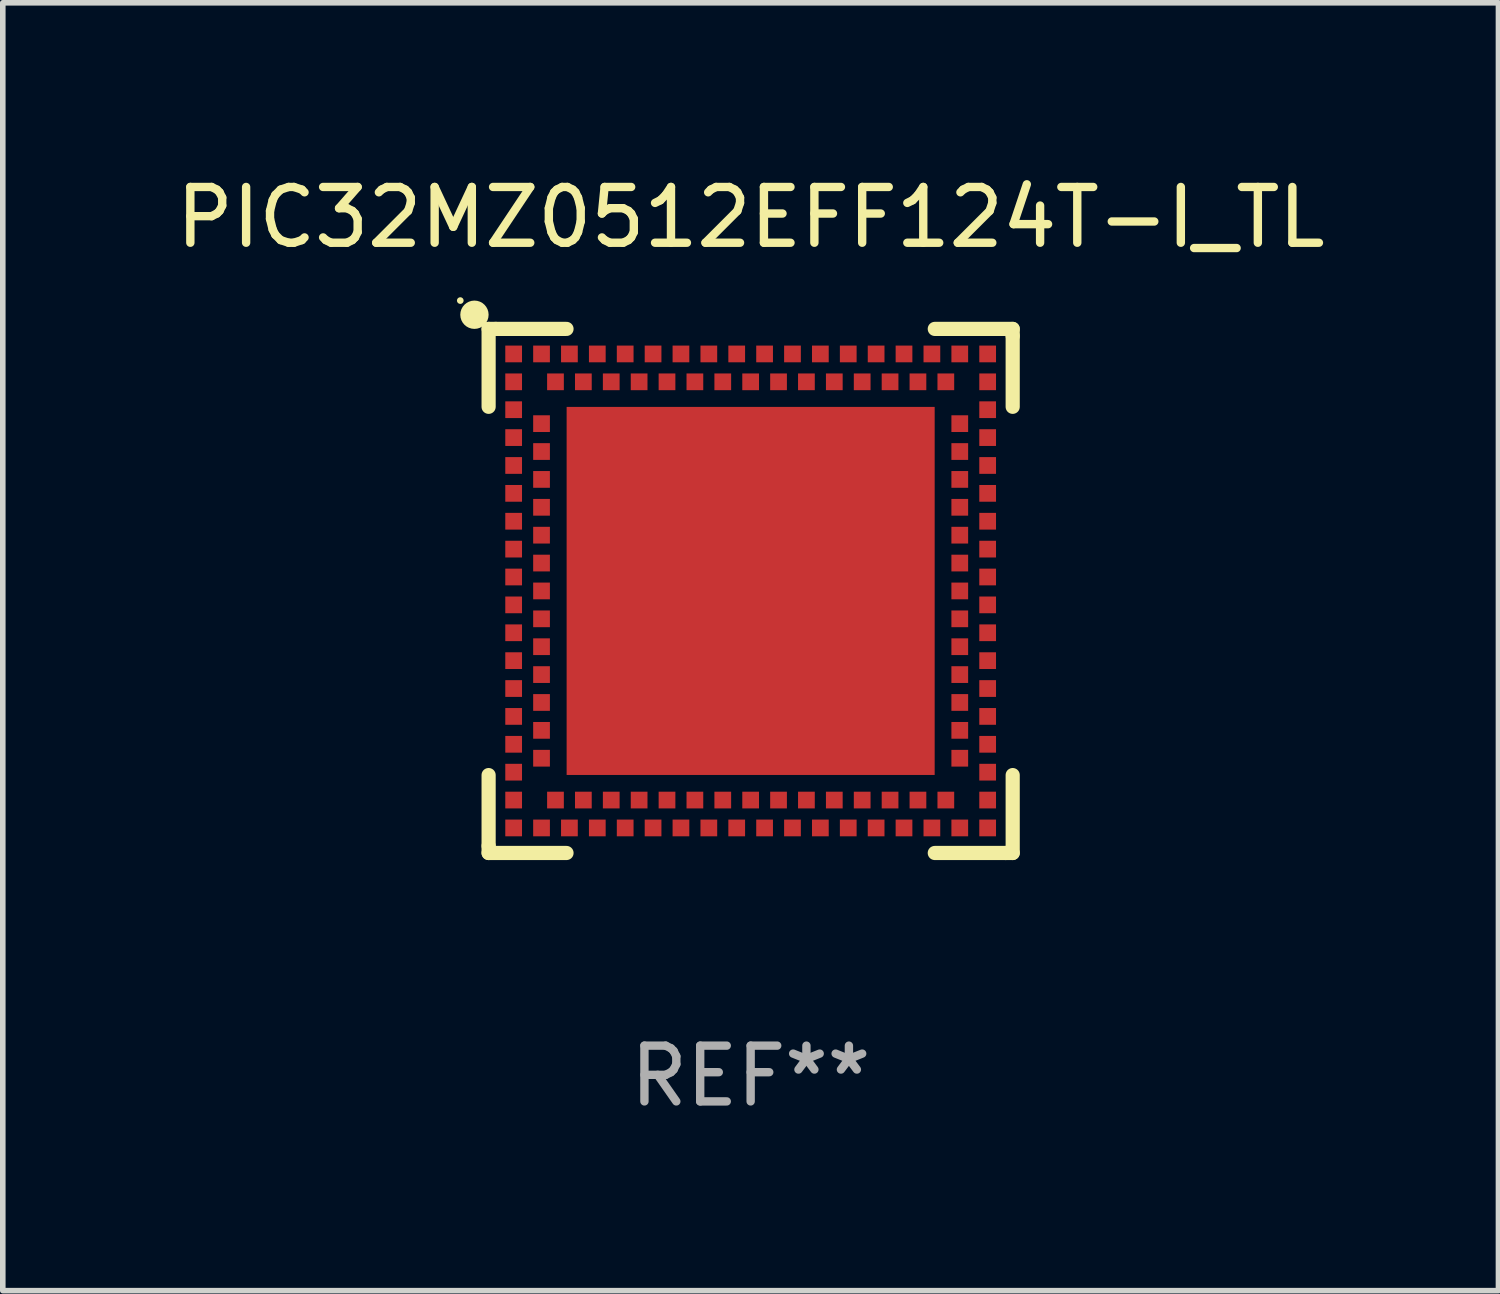
<source format=kicad_pcb>
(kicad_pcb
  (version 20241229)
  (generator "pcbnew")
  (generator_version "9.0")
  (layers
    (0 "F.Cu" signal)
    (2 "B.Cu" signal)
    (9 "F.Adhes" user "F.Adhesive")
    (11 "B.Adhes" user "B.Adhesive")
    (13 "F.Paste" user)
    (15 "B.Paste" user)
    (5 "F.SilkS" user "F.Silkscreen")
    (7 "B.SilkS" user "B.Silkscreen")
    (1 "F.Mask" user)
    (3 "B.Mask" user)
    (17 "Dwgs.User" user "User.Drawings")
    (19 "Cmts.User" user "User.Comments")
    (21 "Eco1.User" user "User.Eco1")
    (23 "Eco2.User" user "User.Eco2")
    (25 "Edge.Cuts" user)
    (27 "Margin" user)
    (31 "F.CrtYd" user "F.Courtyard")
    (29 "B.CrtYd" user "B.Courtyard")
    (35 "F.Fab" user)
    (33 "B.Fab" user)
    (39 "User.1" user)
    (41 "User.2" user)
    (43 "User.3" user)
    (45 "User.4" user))
  (footprint "PIC32MZ0512EFF124T-I_TL"
    (layer "F.Cu")
    (at 10.411 7.547)
    (property "Reference" "PIC32MZ0512EFF124T-I_TL" (at 0 -6.699 0) (layer "F.SilkS") (effects (font (size 1 1) (thickness 0.15))))
    (attr through_hole)
    (fp_line (start -4.699 -4.699) (end -4.699 -3.302) (stroke (width 0.254) (type solid)) (layer "F.SilkS"))
    (fp_line (start -4.699 3.302) (end -4.699 4.572) (stroke (width 0.254) (type solid)) (layer "F.SilkS"))
    (fp_line (start -4.699 4.572) (end -4.699 4.699) (stroke (width 0.254) (type solid)) (layer "F.SilkS"))
    (fp_line (start -4.699 4.699) (end -3.302 4.699) (stroke (width 0.254) (type solid)) (layer "F.SilkS"))
    (fp_line (start -4.572 -4.699) (end -4.699 -4.699) (stroke (width 0.254) (type solid)) (layer "F.SilkS"))
    (fp_line (start -3.302 -4.699) (end -4.572 -4.699) (stroke (width 0.254) (type solid)) (layer "F.SilkS"))
    (fp_line (start 3.302 4.699) (end 4.572 4.699) (stroke (width 0.254) (type solid)) (layer "F.SilkS"))
    (fp_line (start 4.572 4.699) (end 4.699 4.699) (stroke (width 0.254) (type solid)) (layer "F.SilkS"))
    (fp_line (start 4.699 -4.699) (end 3.302 -4.699) (stroke (width 0.254) (type solid)) (layer "F.SilkS"))
    (fp_line (start 4.699 -4.572) (end 4.699 -4.699) (stroke (width 0.254) (type solid)) (layer "F.SilkS"))
    (fp_line (start 4.699 -3.302) (end 4.699 -4.572) (stroke (width 0.254) (type solid)) (layer "F.SilkS"))
    (fp_line (start 4.699 4.699) (end 4.699 3.302) (stroke (width 0.254) (type solid)) (layer "F.SilkS"))
    (fp_circle (center -5.207 -5.207) (end -5.177 -5.207) (stroke (width 0.06) (type solid)) (fill no) (layer "F.SilkS"))
    (fp_circle (center -4.953 -4.953) (end -4.826 -4.953) (stroke (width 0.254) (type solid)) (fill no) (layer "F.SilkS"))
    (fp_text user "REF**" (at 0 8.699 0) (layer "F.Fab") (effects (font (size 1 1) (thickness 0.15))))
    (pad "125" smd rect (at 0.000025 -0.000102 90) (size 6.6 6.6) (layers "F.Cu" "F.Mask" "F.Paste"))
    (pad "A1" smd rect (at -4.25 -3.75 90) (size 0.3 0.3) (layers "F.Cu" "F.Mask" "F.Paste"))
    (pad "A2" smd rect (at -4.25 -3.25 90) (size 0.3 0.3) (layers "F.Cu" "F.Mask" "F.Paste"))
    (pad "A3" smd rect (at -4.25 -2.75 90) (size 0.3 0.3) (layers "F.Cu" "F.Mask" "F.Paste"))
    (pad "A4" smd rect (at -4.25 -2.25 90) (size 0.3 0.3) (layers "F.Cu" "F.Mask" "F.Paste"))
    (pad "A5" smd rect (at -4.25 -1.75 90) (size 0.3 0.3) (layers "F.Cu" "F.Mask" "F.Paste"))
    (pad "A6" smd rect (at -4.25 -1.25 90) (size 0.3 0.3) (layers "F.Cu" "F.Mask" "F.Paste"))
    (pad "A7" smd rect (at -4.25 -0.75 90) (size 0.3 0.3) (layers "F.Cu" "F.Mask" "F.Paste"))
    (pad "A8" smd rect (at -4.25 -0.25 90) (size 0.3 0.3) (layers "F.Cu" "F.Mask" "F.Paste"))
    (pad "A9" smd rect (at -4.25 0.25 90) (size 0.3 0.3) (layers "F.Cu" "F.Mask" "F.Paste"))
    (pad "A10" smd rect (at -4.25 0.75 90) (size 0.3 0.3) (layers "F.Cu" "F.Mask" "F.Paste"))
    (pad "A11" smd rect (at -4.25 1.25 90) (size 0.3 0.3) (layers "F.Cu" "F.Mask" "F.Paste"))
    (pad "A12" smd rect (at -4.25 1.75 90) (size 0.3 0.3) (layers "F.Cu" "F.Mask" "F.Paste"))
    (pad "A13" smd rect (at -4.25 2.25 90) (size 0.3 0.3) (layers "F.Cu" "F.Mask" "F.Paste"))
    (pad "A14" smd rect (at -4.25 2.75 90) (size 0.3 0.3) (layers "F.Cu" "F.Mask" "F.Paste"))
    (pad "A15" smd rect (at -4.25 3.25 90) (size 0.3 0.3) (layers "F.Cu" "F.Mask" "F.Paste"))
    (pad "A16" smd rect (at -4.25 3.75 90) (size 0.3 0.3) (layers "F.Cu" "F.Mask" "F.Paste"))
    (pad "A17" smd rect (at -4.25 4.25 90) (size 0.3 0.3) (layers "F.Cu" "F.Mask" "F.Paste"))
    (pad "A18" smd rect (at -3.75 4.25 90) (size 0.3 0.3) (layers "F.Cu" "F.Mask" "F.Paste"))
    (pad "A19" smd rect (at -3.25 4.25 90) (size 0.3 0.3) (layers "F.Cu" "F.Mask" "F.Paste"))
    (pad "A20" smd rect (at -2.75 4.25 90) (size 0.3 0.3) (layers "F.Cu" "F.Mask" "F.Paste"))
    (pad "A21" smd rect (at -2.25 4.25 90) (size 0.3 0.3) (layers "F.Cu" "F.Mask" "F.Paste"))
    (pad "A22" smd rect (at -1.75 4.25 90) (size 0.3 0.3) (layers "F.Cu" "F.Mask" "F.Paste"))
    (pad "A23" smd rect (at -1.25 4.25 90) (size 0.3 0.3) (layers "F.Cu" "F.Mask" "F.Paste"))
    (pad "A24" smd rect (at -0.75 4.25 90) (size 0.3 0.3) (layers "F.Cu" "F.Mask" "F.Paste"))
    (pad "A25" smd rect (at -0.25 4.25 90) (size 0.3 0.3) (layers "F.Cu" "F.Mask" "F.Paste"))
    (pad "A26" smd rect (at 0.25 4.25 90) (size 0.3 0.3) (layers "F.Cu" "F.Mask" "F.Paste"))
    (pad "A27" smd rect (at 0.75 4.25 90) (size 0.3 0.3) (layers "F.Cu" "F.Mask" "F.Paste"))
    (pad "A28" smd rect (at 1.25 4.25 90) (size 0.3 0.3) (layers "F.Cu" "F.Mask" "F.Paste"))
    (pad "A29" smd rect (at 1.75 4.25 90) (size 0.3 0.3) (layers "F.Cu" "F.Mask" "F.Paste"))
    (pad "A30" smd rect (at 2.25 4.25 90) (size 0.3 0.3) (layers "F.Cu" "F.Mask" "F.Paste"))
    (pad "A31" smd rect (at 2.75 4.25 90) (size 0.3 0.3) (layers "F.Cu" "F.Mask" "F.Paste"))
    (pad "A32" smd rect (at 3.25 4.25 90) (size 0.3 0.3) (layers "F.Cu" "F.Mask" "F.Paste"))
    (pad "A33" smd rect (at 3.75 4.25 90) (size 0.3 0.3) (layers "F.Cu" "F.Mask" "F.Paste"))
    (pad "A34" smd rect (at 4.25 4.25 90) (size 0.3 0.3) (layers "F.Cu" "F.Mask" "F.Paste"))
    (pad "A35" smd rect (at 4.25 3.75 90) (size 0.3 0.3) (layers "F.Cu" "F.Mask" "F.Paste"))
    (pad "A36" smd rect (at 4.25 3.25 90) (size 0.3 0.3) (layers "F.Cu" "F.Mask" "F.Paste"))
    (pad "A37" smd rect (at 4.25 2.75 90) (size 0.3 0.3) (layers "F.Cu" "F.Mask" "F.Paste"))
    (pad "A38" smd rect (at 4.25 2.25 90) (size 0.3 0.3) (layers "F.Cu" "F.Mask" "F.Paste"))
    (pad "A39" smd rect (at 4.25 1.75 90) (size 0.3 0.3) (layers "F.Cu" "F.Mask" "F.Paste"))
    (pad "A40" smd rect (at 4.25 1.25 90) (size 0.3 0.3) (layers "F.Cu" "F.Mask" "F.Paste"))
    (pad "A41" smd rect (at 4.25 0.75 90) (size 0.3 0.3) (layers "F.Cu" "F.Mask" "F.Paste"))
    (pad "A42" smd rect (at 4.25 0.25 90) (size 0.3 0.3) (layers "F.Cu" "F.Mask" "F.Paste"))
    (pad "A43" smd rect (at 4.25 -0.25 90) (size 0.3 0.3) (layers "F.Cu" "F.Mask" "F.Paste"))
    (pad "A44" smd rect (at 4.25 -0.75 90) (size 0.3 0.3) (layers "F.Cu" "F.Mask" "F.Paste"))
    (pad "A45" smd rect (at 4.25 -1.25 90) (size 0.3 0.3) (layers "F.Cu" "F.Mask" "F.Paste"))
    (pad "A46" smd rect (at 4.25 -1.75 90) (size 0.3 0.3) (layers "F.Cu" "F.Mask" "F.Paste"))
    (pad "A47" smd rect (at 4.25 -2.25 90) (size 0.3 0.3) (layers "F.Cu" "F.Mask" "F.Paste"))
    (pad "A48" smd rect (at 4.25 -2.75 90) (size 0.3 0.3) (layers "F.Cu" "F.Mask" "F.Paste"))
    (pad "A49" smd rect (at 4.25 -3.25 90) (size 0.3 0.3) (layers "F.Cu" "F.Mask" "F.Paste"))
    (pad "A50" smd rect (at 4.25 -3.75 90) (size 0.3 0.3) (layers "F.Cu" "F.Mask" "F.Paste"))
    (pad "A51" smd rect (at 4.25 -4.25 90) (size 0.3 0.3) (layers "F.Cu" "F.Mask" "F.Paste"))
    (pad "A52" smd rect (at 3.75 -4.25 90) (size 0.3 0.3) (layers "F.Cu" "F.Mask" "F.Paste"))
    (pad "A53" smd rect (at 3.25 -4.25 90) (size 0.3 0.3) (layers "F.Cu" "F.Mask" "F.Paste"))
    (pad "A54" smd rect (at 2.75 -4.25 90) (size 0.3 0.3) (layers "F.Cu" "F.Mask" "F.Paste"))
    (pad "A55" smd rect (at 2.25 -4.25 90) (size 0.3 0.3) (layers "F.Cu" "F.Mask" "F.Paste"))
    (pad "A56" smd rect (at 1.75 -4.25 90) (size 0.3 0.3) (layers "F.Cu" "F.Mask" "F.Paste"))
    (pad "A57" smd rect (at 1.25 -4.25 90) (size 0.3 0.3) (layers "F.Cu" "F.Mask" "F.Paste"))
    (pad "A58" smd rect (at 0.75 -4.25 90) (size 0.3 0.3) (layers "F.Cu" "F.Mask" "F.Paste"))
    (pad "A59" smd rect (at 0.25 -4.25 90) (size 0.3 0.3) (layers "F.Cu" "F.Mask" "F.Paste"))
    (pad "A60" smd rect (at -0.25 -4.25 90) (size 0.3 0.3) (layers "F.Cu" "F.Mask" "F.Paste"))
    (pad "A61" smd rect (at -0.75 -4.25 90) (size 0.3 0.3) (layers "F.Cu" "F.Mask" "F.Paste"))
    (pad "A62" smd rect (at -1.25 -4.25 90) (size 0.3 0.3) (layers "F.Cu" "F.Mask" "F.Paste"))
    (pad "A63" smd rect (at -1.75 -4.25 90) (size 0.3 0.3) (layers "F.Cu" "F.Mask" "F.Paste"))
    (pad "A64" smd rect (at -2.25 -4.25 90) (size 0.3 0.3) (layers "F.Cu" "F.Mask" "F.Paste"))
    (pad "A65" smd rect (at -2.75 -4.25 90) (size 0.3 0.3) (layers "F.Cu" "F.Mask" "F.Paste"))
    (pad "A66" smd rect (at -3.25 -4.25 90) (size 0.3 0.3) (layers "F.Cu" "F.Mask" "F.Paste"))
    (pad "A67" smd rect (at -3.75 -4.25 90) (size 0.3 0.3) (layers "F.Cu" "F.Mask" "F.Paste"))
    (pad "A68" smd rect (at -4.25 -4.25 90) (size 0.3 0.3) (layers "F.Cu" "F.Mask" "F.Paste"))
    (pad "B1" smd rect (at -3.75 -3 90) (size 0.3 0.3) (layers "F.Cu" "F.Mask" "F.Paste"))
    (pad "B2" smd rect (at -3.75 -2.5 90) (size 0.3 0.3) (layers "F.Cu" "F.Mask" "F.Paste"))
    (pad "B3" smd rect (at -3.75 -2 90) (size 0.3 0.3) (layers "F.Cu" "F.Mask" "F.Paste"))
    (pad "B4" smd rect (at -3.75 -1.5 90) (size 0.3 0.3) (layers "F.Cu" "F.Mask" "F.Paste"))
    (pad "B5" smd rect (at -3.75 -1 90) (size 0.3 0.3) (layers "F.Cu" "F.Mask" "F.Paste"))
    (pad "B6" smd rect (at -3.75 -0.5 90) (size 0.3 0.3) (layers "F.Cu" "F.Mask" "F.Paste"))
    (pad "B7" smd rect (at -3.75 -0.000102 90) (size 0.3 0.3) (layers "F.Cu" "F.Mask" "F.Paste"))
    (pad "B8" smd rect (at -3.75 0.5 90) (size 0.3 0.3) (layers "F.Cu" "F.Mask" "F.Paste"))
    (pad "B9" smd rect (at -3.75 1 90) (size 0.3 0.3) (layers "F.Cu" "F.Mask" "F.Paste"))
    (pad "B10" smd rect (at -3.75 1.5 90) (size 0.3 0.3) (layers "F.Cu" "F.Mask" "F.Paste"))
    (pad "B11" smd rect (at -3.75 2 90) (size 0.3 0.3) (layers "F.Cu" "F.Mask" "F.Paste"))
    (pad "B12" smd rect (at -3.75 2.5 90) (size 0.3 0.3) (layers "F.Cu" "F.Mask" "F.Paste"))
    (pad "B13" smd rect (at -3.75 3 90) (size 0.3 0.3) (layers "F.Cu" "F.Mask" "F.Paste"))
    (pad "B14" smd rect (at -3.5 3.75 90) (size 0.3 0.3) (layers "F.Cu" "F.Mask" "F.Paste"))
    (pad "B15" smd rect (at -3 3.75 90) (size 0.3 0.3) (layers "F.Cu" "F.Mask" "F.Paste"))
    (pad "B16" smd rect (at -2.5 3.75 90) (size 0.3 0.3) (layers "F.Cu" "F.Mask" "F.Paste"))
    (pad "B17" smd rect (at -2 3.75 90) (size 0.3 0.3) (layers "F.Cu" "F.Mask" "F.Paste"))
    (pad "B18" smd rect (at -1.5 3.75 90) (size 0.3 0.3) (layers "F.Cu" "F.Mask" "F.Paste"))
    (pad "B19" smd rect (at -1 3.75 90) (size 0.3 0.3) (layers "F.Cu" "F.Mask" "F.Paste"))
    (pad "B20" smd rect (at -0.5 3.75 90) (size 0.3 0.3) (layers "F.Cu" "F.Mask" "F.Paste"))
    (pad "B21" smd rect (at 0.000025 3.75 90) (size 0.3 0.3) (layers "F.Cu" "F.Mask" "F.Paste"))
    (pad "B22" smd rect (at 0.5 3.75 90) (size 0.3 0.3) (layers "F.Cu" "F.Mask" "F.Paste"))
    (pad "B23" smd rect (at 1 3.75 90) (size 0.3 0.3) (layers "F.Cu" "F.Mask" "F.Paste"))
    (pad "B24" smd rect (at 1.5 3.75 90) (size 0.3 0.3) (layers "F.Cu" "F.Mask" "F.Paste"))
    (pad "B25" smd rect (at 2 3.75 90) (size 0.3 0.3) (layers "F.Cu" "F.Mask" "F.Paste"))
    (pad "B26" smd rect (at 2.5 3.75 90) (size 0.3 0.3) (layers "F.Cu" "F.Mask" "F.Paste"))
    (pad "B27" smd rect (at 3 3.75 90) (size 0.3 0.3) (layers "F.Cu" "F.Mask" "F.Paste"))
    (pad "B28" smd rect (at 3.5 3.75 90) (size 0.3 0.3) (layers "F.Cu" "F.Mask" "F.Paste"))
    (pad "B29" smd rect (at 3.75 3 90) (size 0.3 0.3) (layers "F.Cu" "F.Mask" "F.Paste"))
    (pad "B30" smd rect (at 3.75 2.5 90) (size 0.3 0.3) (layers "F.Cu" "F.Mask" "F.Paste"))
    (pad "B31" smd rect (at 3.75 2 90) (size 0.3 0.3) (layers "F.Cu" "F.Mask" "F.Paste"))
    (pad "B32" smd rect (at 3.75 1.5 90) (size 0.3 0.3) (layers "F.Cu" "F.Mask" "F.Paste"))
    (pad "B33" smd rect (at 3.75 1 90) (size 0.3 0.3) (layers "F.Cu" "F.Mask" "F.Paste"))
    (pad "B34" smd rect (at 3.75 0.5 90) (size 0.3 0.3) (layers "F.Cu" "F.Mask" "F.Paste"))
    (pad "B35" smd rect (at 3.75 -0.000102 90) (size 0.3 0.3) (layers "F.Cu" "F.Mask" "F.Paste"))
    (pad "B36" smd rect (at 3.75 -0.5 90) (size 0.3 0.3) (layers "F.Cu" "F.Mask" "F.Paste"))
    (pad "B37" smd rect (at 3.75 -1 90) (size 0.3 0.3) (layers "F.Cu" "F.Mask" "F.Paste"))
    (pad "B38" smd rect (at 3.75 -1.5 90) (size 0.3 0.3) (layers "F.Cu" "F.Mask" "F.Paste"))
    (pad "B39" smd rect (at 3.75 -2 90) (size 0.3 0.3) (layers "F.Cu" "F.Mask" "F.Paste"))
    (pad "B40" smd rect (at 3.75 -2.5 90) (size 0.3 0.3) (layers "F.Cu" "F.Mask" "F.Paste"))
    (pad "B41" smd rect (at 3.75 -3 90) (size 0.3 0.3) (layers "F.Cu" "F.Mask" "F.Paste"))
    (pad "B42" smd rect (at 3.5 -3.75 90) (size 0.3 0.3) (layers "F.Cu" "F.Mask" "F.Paste"))
    (pad "B43" smd rect (at 3 -3.75 90) (size 0.3 0.3) (layers "F.Cu" "F.Mask" "F.Paste"))
    (pad "B44" smd rect (at 2.5 -3.75 90) (size 0.3 0.3) (layers "F.Cu" "F.Mask" "F.Paste"))
    (pad "B45" smd rect (at 2 -3.75 90) (size 0.3 0.3) (layers "F.Cu" "F.Mask" "F.Paste"))
    (pad "B46" smd rect (at 1.5 -3.75 90) (size 0.3 0.3) (layers "F.Cu" "F.Mask" "F.Paste"))
    (pad "B47" smd rect (at 1 -3.75 90) (size 0.3 0.3) (layers "F.Cu" "F.Mask" "F.Paste"))
    (pad "B48" smd rect (at 0.5 -3.75 90) (size 0.3 0.3) (layers "F.Cu" "F.Mask" "F.Paste"))
    (pad "B49" smd rect (at 0.000025 -3.75 90) (size 0.3 0.3) (layers "F.Cu" "F.Mask" "F.Paste"))
    (pad "B50" smd rect (at -0.5 -3.75 90) (size 0.3 0.3) (layers "F.Cu" "F.Mask" "F.Paste"))
    (pad "B51" smd rect (at -1 -3.75 90) (size 0.3 0.3) (layers "F.Cu" "F.Mask" "F.Paste"))
    (pad "B52" smd rect (at -1.5 -3.75 90) (size 0.3 0.3) (layers "F.Cu" "F.Mask" "F.Paste"))
    (pad "B53" smd rect (at -2 -3.75 90) (size 0.3 0.3) (layers "F.Cu" "F.Mask" "F.Paste"))
    (pad "B54" smd rect (at -2.5 -3.75 90) (size 0.3 0.3) (layers "F.Cu" "F.Mask" "F.Paste"))
    (pad "B55" smd rect (at -3 -3.75 90) (size 0.3 0.3) (layers "F.Cu" "F.Mask" "F.Paste"))
    (pad "B56" smd rect (at -3.5 -3.75 90) (size 0.3 0.3) (layers "F.Cu" "F.Mask" "F.Paste")))
  (gr_rect
    (start -3 -3)
    (end 23.821 20.095)
    (stroke (width 0.1) (type default))
    (fill no)
    (layer "Edge.Cuts")))
</source>
